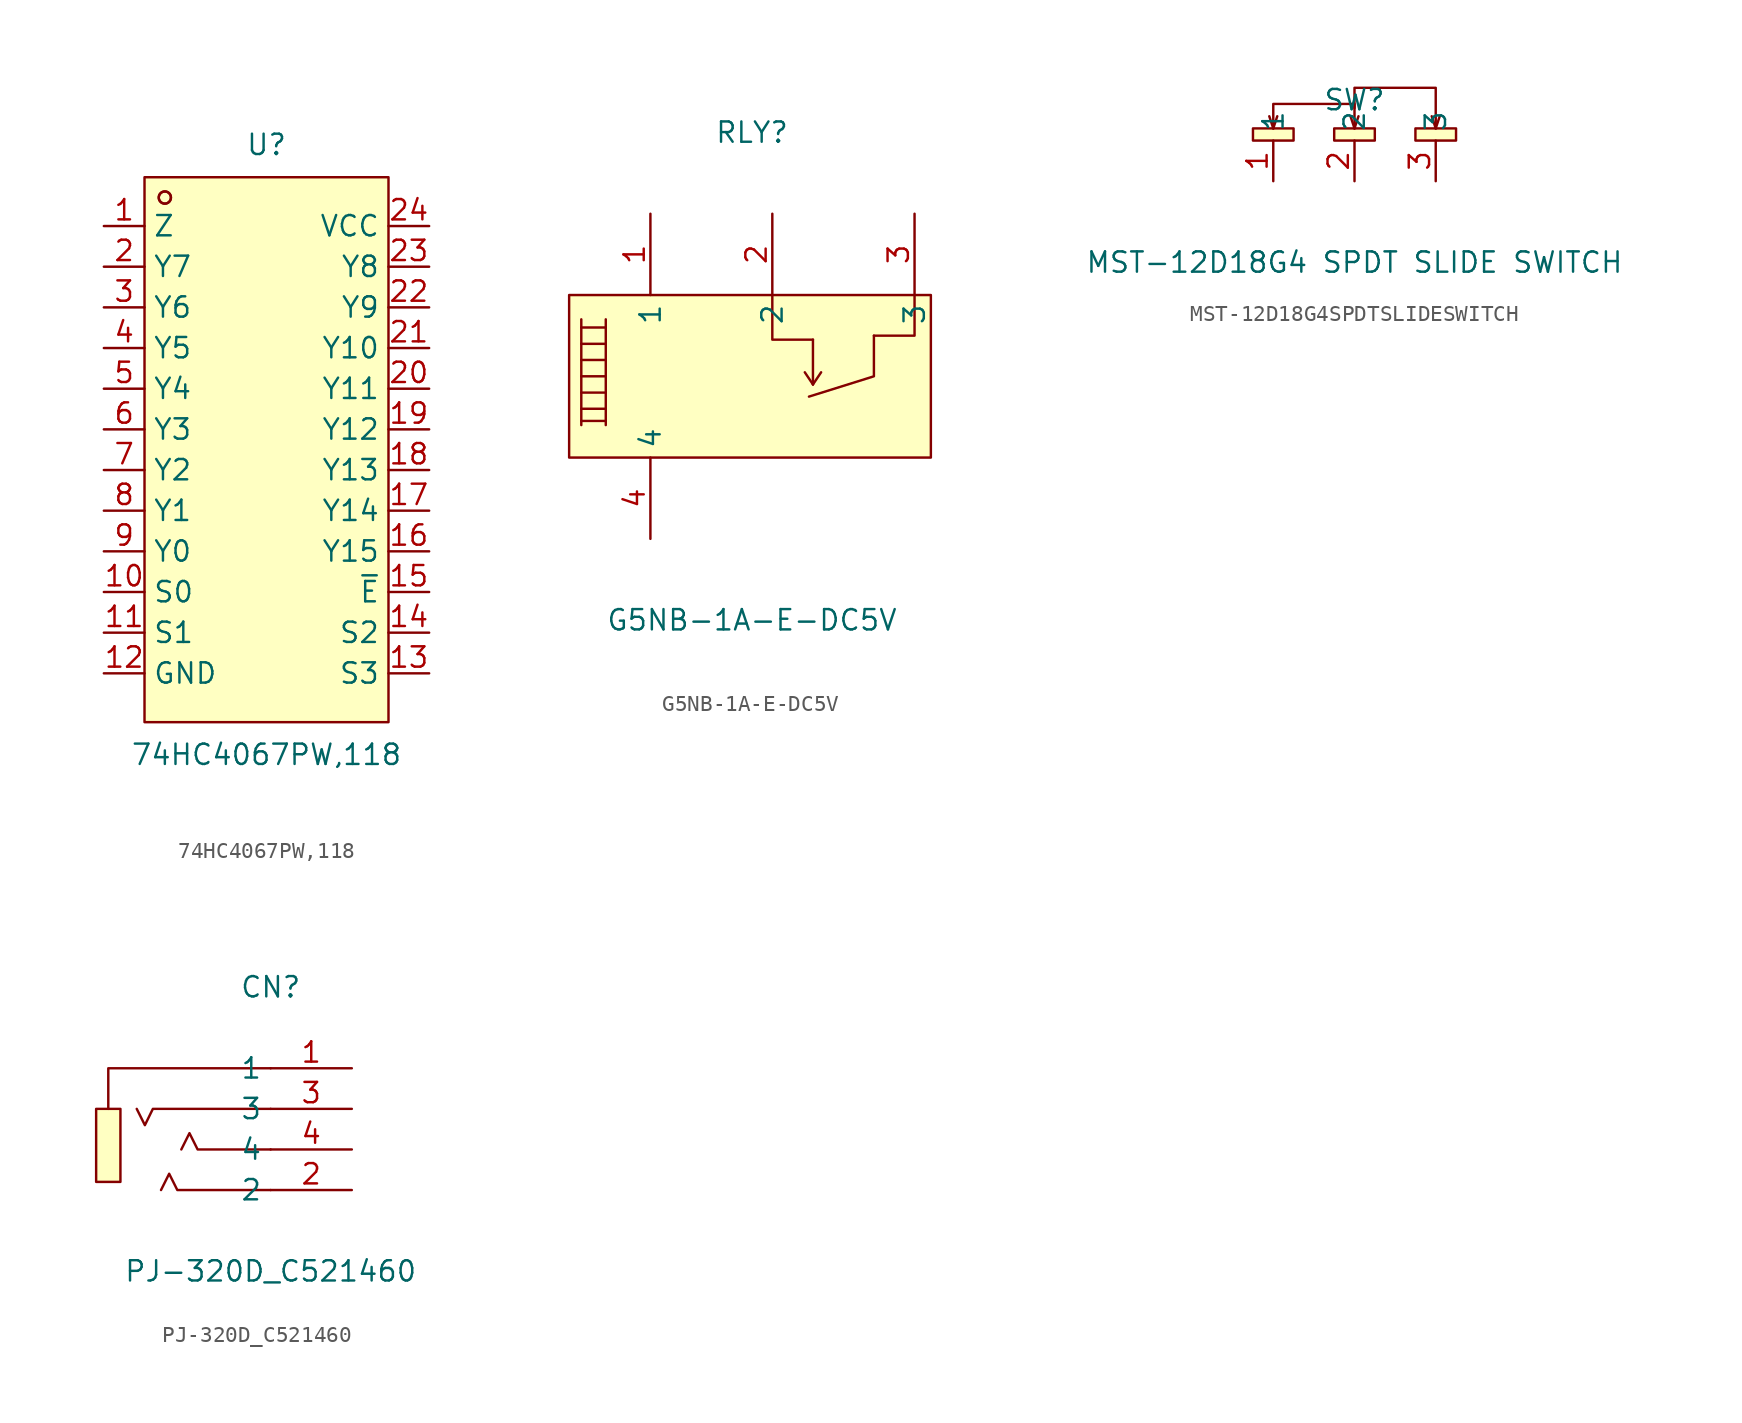
<source format=kicad_sym>
(kicad_symbol_lib
  (version 20211014)
  (generator https://github.com/uPesy/easyeda2kicad.py)
  (symbol "74HC4067PW,118"
    (property "Reference" "U"
      (at 0 19.05 0)
      (effects (font (size 1.27 1.27))))
    (property "Value" "74HC4067PW,118"
      (at 0 -19.05 0)
      (effects (font (size 1.27 1.27))))
    (symbol "74HC4067PW,118_0_1"
      (rectangle (start -7.62 17.02) (end 7.62 -17.02) (stroke (width 0) (type default) (color 0 0 0 0)) (fill (type background)))
      (circle (center -6.35 15.75) (radius 0.38) (stroke (width 0) (type default) (color 0 0 0 0)) (fill (type none)))
      (circle (center -6.35 15.75) (radius 0.38) (stroke (width 0) (type default) (color 0 0 0 0)) (fill (type none)))
      (pin unspecified line (at -10.16 13.97 0) (length 2.54) (name "Z" (effects (font (size 1.27 1.27)))) (number "1" (effects (font (size 1.27 1.27)))))
      (pin unspecified line (at -10.16 11.43 0) (length 2.54) (name "Y7" (effects (font (size 1.27 1.27)))) (number "2" (effects (font (size 1.27 1.27)))))
      (pin unspecified line (at -10.16 8.89 0) (length 2.54) (name "Y6" (effects (font (size 1.27 1.27)))) (number "3" (effects (font (size 1.27 1.27)))))
      (pin unspecified line (at -10.16 6.35 0) (length 2.54) (name "Y5" (effects (font (size 1.27 1.27)))) (number "4" (effects (font (size 1.27 1.27)))))
      (pin unspecified line (at -10.16 3.81 0) (length 2.54) (name "Y4" (effects (font (size 1.27 1.27)))) (number "5" (effects (font (size 1.27 1.27)))))
      (pin unspecified line (at -10.16 1.27 0) (length 2.54) (name "Y3" (effects (font (size 1.27 1.27)))) (number "6" (effects (font (size 1.27 1.27)))))
      (pin unspecified line (at -10.16 -1.27 0) (length 2.54) (name "Y2" (effects (font (size 1.27 1.27)))) (number "7" (effects (font (size 1.27 1.27)))))
      (pin unspecified line (at -10.16 -3.81 0) (length 2.54) (name "Y1" (effects (font (size 1.27 1.27)))) (number "8" (effects (font (size 1.27 1.27)))))
      (pin unspecified line (at -10.16 -6.35 0) (length 2.54) (name "Y0" (effects (font (size 1.27 1.27)))) (number "9" (effects (font (size 1.27 1.27)))))
      (pin unspecified line (at -10.16 -8.89 0) (length 2.54) (name "S0" (effects (font (size 1.27 1.27)))) (number "10" (effects (font (size 1.27 1.27)))))
      (pin unspecified line (at -10.16 -11.43 0) (length 2.54) (name "S1" (effects (font (size 1.27 1.27)))) (number "11" (effects (font (size 1.27 1.27)))))
      (pin unspecified line (at -10.16 -13.97 0) (length 2.54) (name "GND" (effects (font (size 1.27 1.27)))) (number "12" (effects (font (size 1.27 1.27)))))
      (pin unspecified line (at 10.16 -13.97 180) (length 2.54) (name "S3" (effects (font (size 1.27 1.27)))) (number "13" (effects (font (size 1.27 1.27)))))
      (pin unspecified line (at 10.16 -11.43 180) (length 2.54) (name "S2" (effects (font (size 1.27 1.27)))) (number "14" (effects (font (size 1.27 1.27)))))
      (pin unspecified line (at 10.16 -8.89 180) (length 2.54) (name "~{E}" (effects (font (size 1.27 1.27)))) (number "15" (effects (font (size 1.27 1.27)))))
      (pin unspecified line (at 10.16 -6.35 180) (length 2.54) (name "Y15" (effects (font (size 1.27 1.27)))) (number "16" (effects (font (size 1.27 1.27)))))
      (pin unspecified line (at 10.16 -3.81 180) (length 2.54) (name "Y14" (effects (font (size 1.27 1.27)))) (number "17" (effects (font (size 1.27 1.27)))))
      (pin unspecified line (at 10.16 -1.27 180) (length 2.54) (name "Y13" (effects (font (size 1.27 1.27)))) (number "18" (effects (font (size 1.27 1.27)))))
      (pin unspecified line (at 10.16 1.27 180) (length 2.54) (name "Y12" (effects (font (size 1.27 1.27)))) (number "19" (effects (font (size 1.27 1.27)))))
      (pin unspecified line (at 10.16 3.81 180) (length 2.54) (name "Y11" (effects (font (size 1.27 1.27)))) (number "20" (effects (font (size 1.27 1.27)))))
      (pin unspecified line (at 10.16 6.35 180) (length 2.54) (name "Y10" (effects (font (size 1.27 1.27)))) (number "21" (effects (font (size 1.27 1.27)))))
      (pin unspecified line (at 10.16 8.89 180) (length 2.54) (name "Y9" (effects (font (size 1.27 1.27)))) (number "22" (effects (font (size 1.27 1.27)))))
      (pin unspecified line (at 10.16 11.43 180) (length 2.54) (name "Y8" (effects (font (size 1.27 1.27)))) (number "23" (effects (font (size 1.27 1.27)))))
      (pin unspecified line (at 10.16 13.97 180) (length 2.54) (name "VCC" (effects (font (size 1.27 1.27)))) (number "24" (effects (font (size 1.27 1.27)))))))
  (symbol "G5NB-1A-E-DC5V"
    (property "Reference" "RLY"
      (at 0 15.24 0)
      (effects (font (size 1.27 1.27))))
    (property "Value" "G5NB-1A-E-DC5V"
      (at 0 -15.24 0)
      (effects (font (size 1.27 1.27))))
    (symbol "G5NB-1A-E-DC5V_0_1"
      (rectangle (start -11.43 5.08) (end 11.18 -5.08) (stroke (width 0) (type default) (color 0 0 0 0)) (fill (type background)))
      (polyline (pts (xy -10.67 3.56)) (stroke (width 0) (type default) (color 0 0 0 0)) (fill (type background)))
      (polyline (pts (xy -9.14 -3.05)) (stroke (width 0) (type default) (color 0 0 0 0)) (fill (type background)))
      (polyline (pts (xy 10.16 5.08) (xy 10.16 2.54) (xy 7.62 2.54)) (stroke (width 0) (type default) (color 0 0 0 0)) (fill (type none)))
      (polyline (pts (xy 1.27 5.08) (xy 1.27 2.29) (xy 3.81 2.29)) (stroke (width 0) (type default) (color 0 0 0 0)) (fill (type none)))
      (polyline (pts (xy 7.62 2.54) (xy 7.62 -0.00) (xy 3.56 -1.27)) (stroke (width 0) (type default) (color 0 0 0 0)) (fill (type none)))
      (polyline (pts (xy 3.81 2.03) (xy 3.81 2.29) (xy 3.81 -0.51)) (stroke (width 0) (type default) (color 0 0 0 0)) (fill (type none)))
      (polyline (pts (xy 3.81 -0.51) (xy 4.32 0.25)) (stroke (width 0) (type default) (color 0 0 0 0)) (fill (type none)))
      (polyline (pts (xy 3.81 -0.51) (xy 3.30 0.25)) (stroke (width 0) (type default) (color 0 0 0 0)) (fill (type none)))
      (polyline (pts (xy -10.67 3.56) (xy -10.67 -3.05)) (stroke (width 0) (type default) (color 0 0 0 0)) (fill (type none)))
      (polyline (pts (xy -9.14 3.56) (xy -9.14 -3.05)) (stroke (width 0) (type default) (color 0 0 0 0)) (fill (type none)))
      (polyline (pts (xy -10.67 3.05) (xy -9.14 3.05)) (stroke (width 0) (type default) (color 0 0 0 0)) (fill (type none)))
      (polyline (pts (xy -10.67 2.03) (xy -9.14 2.03)) (stroke (width 0) (type default) (color 0 0 0 0)) (fill (type none)))
      (polyline (pts (xy -10.67 1.02) (xy -9.14 1.02)) (stroke (width 0) (type default) (color 0 0 0 0)) (fill (type none)))
      (polyline (pts (xy -10.67 -0.00) (xy -9.14 -0.00)) (stroke (width 0) (type default) (color 0 0 0 0)) (fill (type none)))
      (polyline (pts (xy -10.67 -1.02) (xy -9.14 -1.02)) (stroke (width 0) (type default) (color 0 0 0 0)) (fill (type none)))
      (polyline (pts (xy -10.67 -2.03) (xy -9.14 -2.03)) (stroke (width 0) (type default) (color 0 0 0 0)) (fill (type none)))
      (polyline (pts (xy -10.67 -2.79) (xy -9.14 -2.79)) (stroke (width 0) (type default) (color 0 0 0 0)) (fill (type none)))
      (pin unspecified line (at -6.35 10.16 270) (length 5.08) (name "1" (effects (font (size 1.27 1.27)))) (number "1" (effects (font (size 1.27 1.27)))))
      (pin unspecified line (at 1.27 10.16 270) (length 5.08) (name "2" (effects (font (size 1.27 1.27)))) (number "2" (effects (font (size 1.27 1.27)))))
      (pin unspecified line (at 10.16 10.16 270) (length 5.08) (name "3" (effects (font (size 1.27 1.27)))) (number "3" (effects (font (size 1.27 1.27)))))
      (pin unspecified line (at -6.35 -10.16 90) (length 5.08) (name "4" (effects (font (size 1.27 1.27)))) (number "4" (effects (font (size 1.27 1.27)))))))
  (symbol "MST-12D18G4SPDTSLIDESWITCH"
    (property "Reference" "SW"
      (at 0 0.00 0)
      (effects (font (size 1.27 1.27))))
    (property "Value" "MST-12D18G4 SPDT SLIDE SWITCH"
      (at 0 -10.16 0)
      (effects (font (size 1.27 1.27))))
    (symbol "MST-12D18G4SPDTSLIDESWITCH_0_1"
      (rectangle (start -6.35 -1.78) (end -3.81 -2.54) (stroke (width 0) (type default) (color 0 0 0 0)) (fill (type background)))
      (rectangle (start -1.27 -1.78) (end 1.27 -2.54) (stroke (width 0) (type default) (color 0 0 0 0)) (fill (type background)))
      (rectangle (start 3.81 -1.78) (end 6.35 -2.54) (stroke (width 0) (type default) (color 0 0 0 0)) (fill (type background)))
      (polyline (pts (xy 5.08 -1.78) (xy 5.33 -1.02)) (stroke (width 0) (type default) (color 0 0 0 0)) (fill (type none)))
      (polyline (pts (xy 5.08 -1.78) (xy 4.83 -1.02)) (stroke (width 0) (type default) (color 0 0 0 0)) (fill (type none)))
      (polyline (pts (xy 0.00 -1.78) (xy 0.25 -1.02)) (stroke (width 0) (type default) (color 0 0 0 0)) (fill (type none)))
      (polyline (pts (xy 0.00 -1.78) (xy -0.25 -1.02)) (stroke (width 0) (type default) (color 0 0 0 0)) (fill (type none)))
      (polyline (pts (xy -5.08 -1.78) (xy -4.83 -1.02)) (stroke (width 0) (type default) (color 0 0 0 0)) (fill (type none)))
      (polyline (pts (xy -5.08 -1.78) (xy -5.33 -1.02)) (stroke (width 0) (type default) (color 0 0 0 0)) (fill (type none)))
      (polyline (pts (xy 0.00 -0.51) (xy 0.00 0.76) (xy 5.08 0.76) (xy 5.08 -1.78)) (stroke (width 0) (type default) (color 0 0 0 0)) (fill (type none)))
      (polyline (pts (xy -5.08 -1.78) (xy -5.08 -0.25) (xy 0.00 -0.25) (xy 0.00 -1.78)) (stroke (width 0) (type default) (color 0 0 0 0)) (fill (type none)))
      (pin unspecified line (at -5.08 -5.08 90) (length 2.54) (name "1" (effects (font (size 1.27 1.27)))) (number "1" (effects (font (size 1.27 1.27)))))
      (pin unspecified line (at 0.00 -5.08 90) (length 2.54) (name "2" (effects (font (size 1.27 1.27)))) (number "2" (effects (font (size 1.27 1.27)))))
      (pin unspecified line (at 5.08 -5.08 90) (length 2.54) (name "3" (effects (font (size 1.27 1.27)))) (number "3" (effects (font (size 1.27 1.27)))))))
  (symbol "PJ-320D_C521460"
    (property "Reference" "CN"
      (at 0 10.16 0)
      (effects (font (size 1.27 1.27))))
    (property "Value" "PJ-320D_C521460"
      (at 0 -7.62 0)
      (effects (font (size 1.27 1.27))))
    (symbol "PJ-320D_C521460_0_1"
      (rectangle (start -10.92 2.54) (end -9.40 -2.03) (stroke (width 0) (type default) (color 0 0 0 0)) (fill (type background)))
      (polyline (pts (xy 0.00 5.08) (xy -10.16 5.08) (xy -10.16 2.54)) (stroke (width 0) (type default) (color 0 0 0 0)) (fill (type none)))
      (polyline (pts (xy 0.00 2.54) (xy -7.37 2.54) (xy -7.87 1.52) (xy -8.38 2.54)) (stroke (width 0) (type default) (color 0 0 0 0)) (fill (type none)))
      (polyline (pts (xy 0.00 -0.00) (xy -4.57 -0.00) (xy -5.08 1.02) (xy -5.59 -0.00)) (stroke (width 0) (type default) (color 0 0 0 0)) (fill (type none)))
      (polyline (pts (xy 0.00 -2.54) (xy -5.84 -2.54) (xy -6.35 -1.52) (xy -6.86 -2.54)) (stroke (width 0) (type default) (color 0 0 0 0)) (fill (type none)))
      (pin unspecified line (at 5.08 5.08 180) (length 5.08) (name "1" (effects (font (size 1.27 1.27)))) (number "1" (effects (font (size 1.27 1.27)))))
      (pin unspecified line (at 5.08 2.54 180) (length 5.08) (name "3" (effects (font (size 1.27 1.27)))) (number "3" (effects (font (size 1.27 1.27)))))
      (pin unspecified line (at 5.08 -2.54 180) (length 5.08) (name "2" (effects (font (size 1.27 1.27)))) (number "2" (effects (font (size 1.27 1.27)))))
      (pin unspecified line (at 5.08 -0.00 180) (length 5.08) (name "4" (effects (font (size 1.27 1.27)))) (number "4" (effects (font (size 1.27 1.27))))))))
</source>
